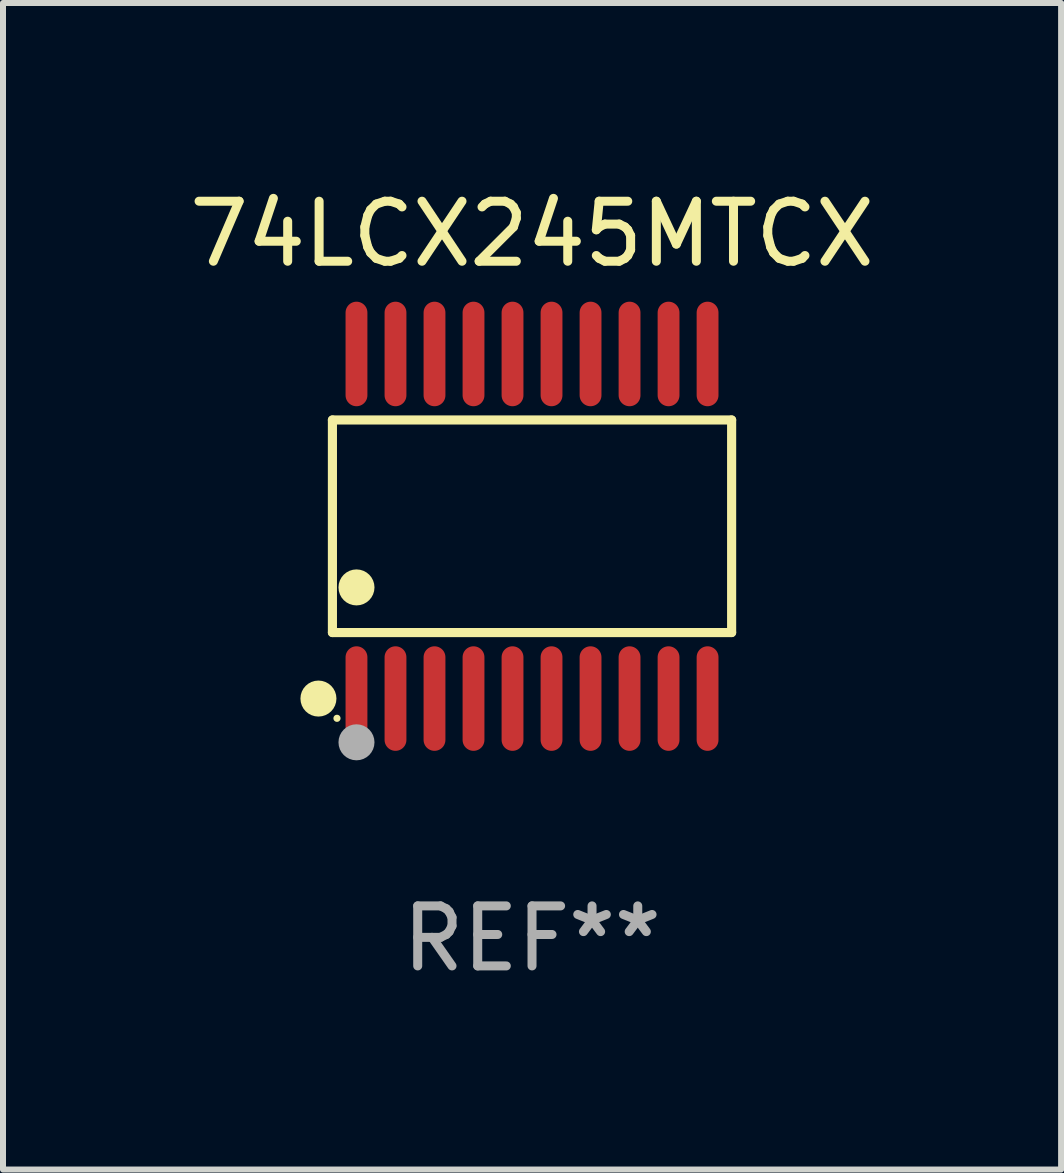
<source format=kicad_pcb>
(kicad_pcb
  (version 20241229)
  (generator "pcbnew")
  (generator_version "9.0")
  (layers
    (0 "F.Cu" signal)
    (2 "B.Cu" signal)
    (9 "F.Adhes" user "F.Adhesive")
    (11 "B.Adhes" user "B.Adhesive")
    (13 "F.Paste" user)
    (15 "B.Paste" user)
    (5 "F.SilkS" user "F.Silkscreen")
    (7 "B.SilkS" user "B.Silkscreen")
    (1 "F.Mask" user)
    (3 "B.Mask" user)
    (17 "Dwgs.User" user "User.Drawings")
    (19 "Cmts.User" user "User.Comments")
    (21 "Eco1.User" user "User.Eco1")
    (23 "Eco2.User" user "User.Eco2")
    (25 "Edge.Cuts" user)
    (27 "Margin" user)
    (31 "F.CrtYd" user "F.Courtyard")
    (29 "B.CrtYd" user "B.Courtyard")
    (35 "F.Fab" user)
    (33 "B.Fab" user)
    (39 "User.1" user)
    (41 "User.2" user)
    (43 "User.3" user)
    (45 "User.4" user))
  (footprint "74LCX245MTCX"
    (layer "F.Cu")
    (at 5.815 5.719)
    (property "Reference" "74LCX245MTCX" (at 0 -4.871 0) (layer "F.SilkS") (effects (font (size 1 1) (thickness 0.15))))
    (attr through_hole)
    (fp_line (start -3.326 -1.771) (end 3.326 -1.771) (stroke (width 0.152) (type solid)) (layer "F.SilkS"))
    (fp_line (start -3.326 1.771) (end -3.326 -1.771) (stroke (width 0.152) (type solid)) (layer "F.SilkS"))
    (fp_line (start 3.326 -1.771) (end 3.326 1.771) (stroke (width 0.152) (type solid)) (layer "F.SilkS"))
    (fp_line (start 3.326 1.771) (end -3.326 1.771) (stroke (width 0.152) (type solid)) (layer "F.SilkS"))
    (fp_circle (center -3.559 2.871) (end -3.409 2.871) (stroke (width 0.3) (type solid)) (fill no) (layer "F.SilkS"))
    (fp_circle (center -3.25 3.2) (end -3.22 3.2) (stroke (width 0.06) (type solid)) (fill no) (layer "F.SilkS"))
    (fp_circle (center -2.925 1.019) (end -2.775 1.019) (stroke (width 0.3) (type solid)) (fill no) (layer "F.SilkS"))
    (fp_circle (center -2.925 3.6) (end -2.775 3.6) (stroke (width 0.3) (type solid)) (fill no) (layer "F.Fab"))
    (fp_text user "REF**" (at 0 6.871 0) (layer "F.Fab") (effects (font (size 1 1) (thickness 0.15))))
    (pad "1" smd oval (at -2.925 2.871) (size 0.364 1.742) (layers "F.Cu" "F.Mask" "F.Paste"))
    (pad "2" smd oval (at -2.275 2.871) (size 0.364 1.742) (layers "F.Cu" "F.Mask" "F.Paste"))
    (pad "3" smd oval (at -1.625 2.871) (size 0.364 1.742) (layers "F.Cu" "F.Mask" "F.Paste"))
    (pad "4" smd oval (at -0.975 2.871) (size 0.364 1.742) (layers "F.Cu" "F.Mask" "F.Paste"))
    (pad "5" smd oval (at -0.325 2.871) (size 0.364 1.742) (layers "F.Cu" "F.Mask" "F.Paste"))
    (pad "6" smd oval (at 0.325 2.871) (size 0.364 1.742) (layers "F.Cu" "F.Mask" "F.Paste"))
    (pad "7" smd oval (at 0.975 2.871) (size 0.364 1.742) (layers "F.Cu" "F.Mask" "F.Paste"))
    (pad "8" smd oval (at 1.625 2.871) (size 0.364 1.742) (layers "F.Cu" "F.Mask" "F.Paste"))
    (pad "9" smd oval (at 2.275 2.871) (size 0.364 1.742) (layers "F.Cu" "F.Mask" "F.Paste"))
    (pad "10" smd oval (at 2.925 2.871) (size 0.364 1.742) (layers "F.Cu" "F.Mask" "F.Paste"))
    (pad "11" smd oval (at 2.925 -2.871) (size 0.364 1.742) (layers "F.Cu" "F.Mask" "F.Paste"))
    (pad "12" smd oval (at 2.275 -2.871) (size 0.364 1.742) (layers "F.Cu" "F.Mask" "F.Paste"))
    (pad "13" smd oval (at 1.625 -2.871) (size 0.364 1.742) (layers "F.Cu" "F.Mask" "F.Paste"))
    (pad "14" smd oval (at 0.975 -2.871) (size 0.364 1.742) (layers "F.Cu" "F.Mask" "F.Paste"))
    (pad "15" smd oval (at 0.325 -2.871) (size 0.364 1.742) (layers "F.Cu" "F.Mask" "F.Paste"))
    (pad "16" smd oval (at -0.325 -2.871) (size 0.364 1.742) (layers "F.Cu" "F.Mask" "F.Paste"))
    (pad "17" smd oval (at -0.975 -2.871) (size 0.364 1.742) (layers "F.Cu" "F.Mask" "F.Paste"))
    (pad "18" smd oval (at -1.625 -2.871) (size 0.364 1.742) (layers "F.Cu" "F.Mask" "F.Paste"))
    (pad "19" smd oval (at -2.275 -2.871) (size 0.364 1.742) (layers "F.Cu" "F.Mask" "F.Paste"))
    (pad "20" smd oval (at -2.925 -2.871) (size 0.364 1.742) (layers "F.Cu" "F.Mask" "F.Paste")))
  (gr_rect
    (start -3 -3)
    (end 14.631 16.438)
    (stroke (width 0.1) (type default))
    (fill no)
    (layer "Edge.Cuts")))
</source>
